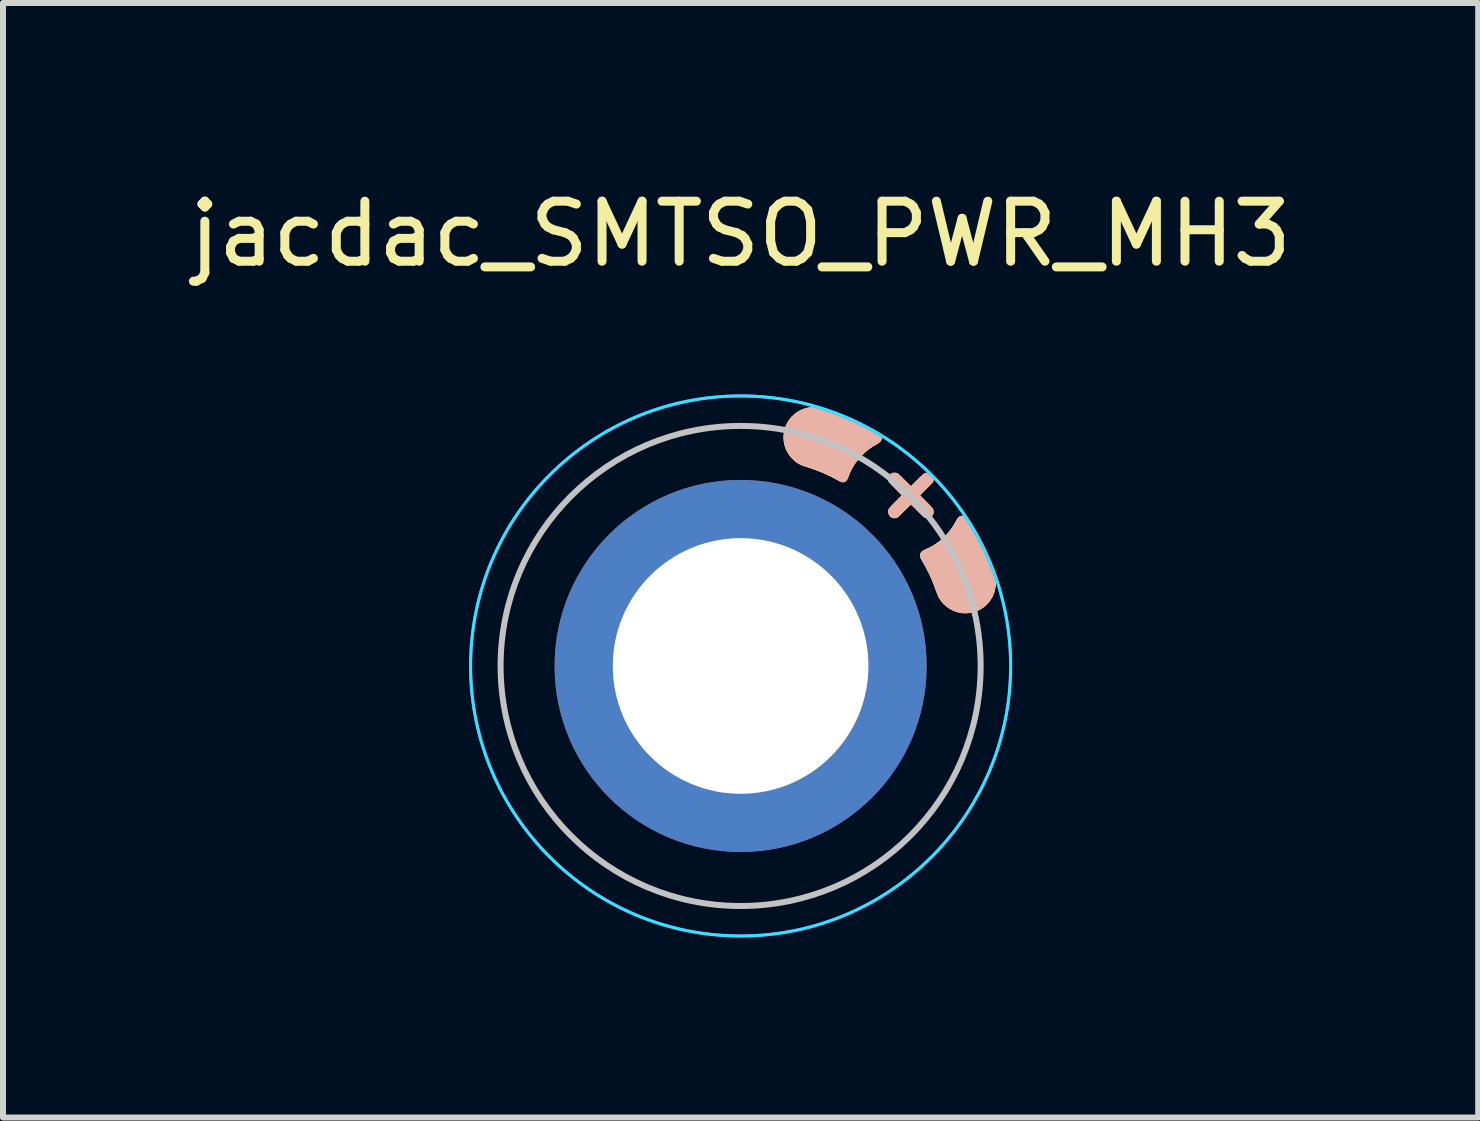
<source format=kicad_pcb>
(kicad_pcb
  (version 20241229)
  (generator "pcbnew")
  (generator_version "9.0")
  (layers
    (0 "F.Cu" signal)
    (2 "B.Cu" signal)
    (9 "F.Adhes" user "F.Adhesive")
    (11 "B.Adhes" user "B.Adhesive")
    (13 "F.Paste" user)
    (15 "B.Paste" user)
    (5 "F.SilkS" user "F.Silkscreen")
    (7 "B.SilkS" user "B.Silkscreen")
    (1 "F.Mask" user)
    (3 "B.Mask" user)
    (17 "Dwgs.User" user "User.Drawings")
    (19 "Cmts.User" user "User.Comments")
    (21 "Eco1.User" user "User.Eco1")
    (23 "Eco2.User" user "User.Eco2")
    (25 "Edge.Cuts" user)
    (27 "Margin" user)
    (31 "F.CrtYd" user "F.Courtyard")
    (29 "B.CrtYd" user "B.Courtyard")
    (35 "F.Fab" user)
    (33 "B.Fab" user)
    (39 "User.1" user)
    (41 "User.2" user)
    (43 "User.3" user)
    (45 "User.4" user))
  (footprint "jacdac_SMTSO_PWR_MH3"
    (layer "F.Cu")
    (at 9.292 8.048)
    (property "Reference" "jacdac_SMTSO_PWR_MH3" (at 0 -7.2 180) (layer "F.SilkS") (effects (font (size 1 1) (thickness 0.15))))
    (attr through_hole)
    (fp_poly (pts (xy 2.996 -1.855) (xy 3.001 -1.872) (xy 3.009 -1.886) (xy 3.016 -1.897) (xy 3.025 -1.905) (xy 3.036 -1.914) (xy 3.05 -1.922) (xy 3.069 -1.932) (xy 3.094 -1.944) (xy 3.095 -1.944) (xy 3.149 -1.969) (xy 3.198 -1.995) (xy 3.244 -2.024) (xy 3.274 -2.044) (xy 3.343 -2.097) (xy 3.407 -2.156) (xy 3.465 -2.221) (xy 3.519 -2.29) (xy 3.565 -2.363) (xy 3.588 -2.404) (xy 3.605 -2.436) (xy 3.623 -2.46) (xy 3.64 -2.478) (xy 3.658 -2.49) (xy 3.677 -2.496) (xy 3.682 -2.497) (xy 3.7 -2.498) (xy 3.718 -2.494) (xy 3.735 -2.485) (xy 3.752 -2.47) (xy 3.771 -2.449) (xy 3.792 -2.42) (xy 3.792 -2.42) (xy 3.866 -2.308) (xy 3.936 -2.189) (xy 4.003 -2.064) (xy 4.067 -1.935) (xy 4.125 -1.802) (xy 4.179 -1.666) (xy 4.199 -1.61) (xy 4.218 -1.552) (xy 4.232 -1.501) (xy 4.242 -1.454) (xy 4.247 -1.413) (xy 4.248 -1.379) (xy 4.242 -1.314) (xy 4.23 -1.252) (xy 4.21 -1.193) (xy 4.183 -1.137) (xy 4.149 -1.085) (xy 4.109 -1.037) (xy 4.062 -0.994) (xy 4.055 -0.988) (xy 4.006 -0.955) (xy 3.953 -0.927) (xy 3.897 -0.906) (xy 3.838 -0.892) (xy 3.778 -0.884) (xy 3.718 -0.883) (xy 3.659 -0.89) (xy 3.655 -0.891) (xy 3.596 -0.906) (xy 3.54 -0.928) (xy 3.486 -0.957) (xy 3.436 -0.991) (xy 3.39 -1.032) (xy 3.35 -1.077) (xy 3.316 -1.127) (xy 3.304 -1.148) (xy 3.297 -1.161) (xy 3.289 -1.181) (xy 3.28 -1.204) (xy 3.27 -1.229) (xy 3.261 -1.255) (xy 3.26 -1.255) (xy 3.225 -1.351) (xy 3.189 -1.441) (xy 3.15 -1.526) (xy 3.109 -1.608) (xy 3.065 -1.69) (xy 3.039 -1.734) (xy 3.02 -1.767) (xy 3.007 -1.794) (xy 2.999 -1.817) (xy 2.995 -1.837) (xy 2.996 -1.855)) (stroke (width 0.01) (type solid)) (fill yes) (layer "F.SilkS"))
    (fp_poly (pts (xy 0.739 -3.947) (xy 0.759 -4.003) (xy 0.785 -4.056) (xy 0.817 -4.105) (xy 0.854 -4.15) (xy 0.897 -4.191) (xy 0.944 -4.226) (xy 0.996 -4.256) (xy 1.052 -4.28) (xy 1.111 -4.297) (xy 1.174 -4.308) (xy 1.176 -4.308) (xy 1.194 -4.309) (xy 1.213 -4.309) (xy 1.236 -4.308) (xy 1.264 -4.306) (xy 1.275 -4.304) (xy 1.297 -4.302) (xy 1.318 -4.299) (xy 1.339 -4.295) (xy 1.361 -4.29) (xy 1.385 -4.283) (xy 1.412 -4.275) (xy 1.444 -4.265) (xy 1.481 -4.253) (xy 1.523 -4.239) (xy 1.541 -4.233) (xy 1.651 -4.192) (xy 1.763 -4.147) (xy 1.875 -4.096) (xy 1.986 -4.042) (xy 2.094 -3.985) (xy 2.197 -3.925) (xy 2.265 -3.884) (xy 2.291 -3.866) (xy 2.31 -3.851) (xy 2.324 -3.838) (xy 2.334 -3.825) (xy 2.341 -3.812) (xy 2.341 -3.81) (xy 2.345 -3.791) (xy 2.344 -3.774) (xy 2.338 -3.761) (xy 2.325 -3.742) (xy 2.305 -3.724) (xy 2.278 -3.706) (xy 2.272 -3.704) (xy 2.194 -3.658) (xy 2.121 -3.606) (xy 2.053 -3.548) (xy 1.991 -3.486) (xy 1.935 -3.419) (xy 1.885 -3.347) (xy 1.854 -3.293) (xy 1.838 -3.263) (xy 1.824 -3.233) (xy 1.809 -3.201) (xy 1.795 -3.164) (xy 1.782 -3.133) (xy 1.775 -3.115) (xy 1.768 -3.103) (xy 1.761 -3.093) (xy 1.752 -3.085) (xy 1.735 -3.074) (xy 1.718 -3.067) (xy 1.7 -3.066) (xy 1.679 -3.071) (xy 1.654 -3.081) (xy 1.633 -3.093) (xy 1.518 -3.155) (xy 1.399 -3.211) (xy 1.275 -3.261) (xy 1.146 -3.307) (xy 1.116 -3.316) (xy 1.082 -3.327) (xy 1.054 -3.336) (xy 1.031 -3.344) (xy 1.012 -3.353) (xy 0.994 -3.361) (xy 0.976 -3.371) (xy 0.963 -3.378) (xy 0.913 -3.412) (xy 0.868 -3.453) (xy 0.828 -3.498) (xy 0.794 -3.547) (xy 0.765 -3.601) (xy 0.743 -3.657) (xy 0.728 -3.715) (xy 0.722 -3.763) (xy 0.72 -3.826) (xy 0.726 -3.888) (xy 0.739 -3.947)) (stroke (width 0.01) (type solid)) (fill yes) (layer "F.SilkS"))
    (fp_poly (pts (xy 2.465 -2.58) (xy 2.466 -2.59) (xy 2.468 -2.6) (xy 2.472 -2.61) (xy 2.478 -2.62) (xy 2.487 -2.632) (xy 2.499 -2.646) (xy 2.515 -2.663) (xy 2.534 -2.684) (xy 2.559 -2.709) (xy 2.587 -2.737) (xy 2.693 -2.843) (xy 2.585 -2.952) (xy 2.553 -2.984) (xy 2.526 -3.012) (xy 2.505 -3.034) (xy 2.489 -3.052) (xy 2.478 -3.065) (xy 2.472 -3.073) (xy 2.471 -3.075) (xy 2.465 -3.099) (xy 2.465 -3.125) (xy 2.471 -3.151) (xy 2.482 -3.174) (xy 2.492 -3.186) (xy 2.512 -3.202) (xy 2.536 -3.212) (xy 2.563 -3.216) (xy 2.59 -3.213) (xy 2.6 -3.21) (xy 2.606 -3.208) (xy 2.612 -3.205) (xy 2.619 -3.201) (xy 2.627 -3.195) (xy 2.637 -3.186) (xy 2.65 -3.174) (xy 2.666 -3.159) (xy 2.686 -3.14) (xy 2.71 -3.116) (xy 2.73 -3.096) (xy 2.838 -2.989) (xy 2.944 -3.094) (xy 2.973 -3.122) (xy 2.998 -3.147) (xy 3.021 -3.168) (xy 3.039 -3.185) (xy 3.054 -3.198) (xy 3.063 -3.205) (xy 3.066 -3.207) (xy 3.084 -3.212) (xy 3.106 -3.215) (xy 3.129 -3.214) (xy 3.149 -3.209) (xy 3.158 -3.206) (xy 3.177 -3.192) (xy 3.194 -3.174) (xy 3.205 -3.154) (xy 3.209 -3.138) (xy 3.211 -3.118) (xy 3.21 -3.098) (xy 3.207 -3.08) (xy 3.205 -3.074) (xy 3.2 -3.067) (xy 3.189 -3.054) (xy 3.173 -3.036) (xy 3.151 -3.013) (xy 3.124 -2.985) (xy 3.091 -2.952) (xy 3.091 -2.952) (xy 2.983 -2.843) (xy 3.089 -2.737) (xy 3.12 -2.706) (xy 3.145 -2.68) (xy 3.166 -2.658) (xy 3.181 -2.641) (xy 3.193 -2.628) (xy 3.2 -2.618) (xy 3.203 -2.613) (xy 3.21 -2.589) (xy 3.211 -2.562) (xy 3.206 -2.536) (xy 3.201 -2.523) (xy 3.185 -2.499) (xy 3.164 -2.482) (xy 3.142 -2.472) (xy 3.124 -2.468) (xy 3.109 -2.467) (xy 3.093 -2.469) (xy 3.08 -2.473) (xy 3.074 -2.475) (xy 3.068 -2.477) (xy 3.062 -2.481) (xy 3.055 -2.486) (xy 3.046 -2.494) (xy 3.034 -2.504) (xy 3.02 -2.518) (xy 3.002 -2.535) (xy 2.979 -2.557) (xy 2.952 -2.585) (xy 2.948 -2.589) (xy 2.838 -2.698) (xy 2.728 -2.589) (xy 2.7 -2.561) (xy 2.677 -2.538) (xy 2.658 -2.52) (xy 2.643 -2.506) (xy 2.631 -2.495) (xy 2.622 -2.487) (xy 2.615 -2.481) (xy 2.608 -2.477) (xy 2.603 -2.475) (xy 2.597 -2.473) (xy 2.596 -2.473) (xy 2.577 -2.468) (xy 2.562 -2.467) (xy 2.547 -2.469) (xy 2.534 -2.472) (xy 2.509 -2.483) (xy 2.489 -2.501) (xy 2.475 -2.523) (xy 2.467 -2.548) (xy 2.465 -2.569) (xy 2.465 -2.58)) (stroke (width 0.01) (type solid)) (fill yes) (layer "F.SilkS"))
    (fp_poly (pts (xy 2.996 -1.855) (xy 3.001 -1.872) (xy 3.009 -1.886) (xy 3.016 -1.897) (xy 3.025 -1.905) (xy 3.036 -1.914) (xy 3.05 -1.922) (xy 3.069 -1.932) (xy 3.094 -1.944) (xy 3.095 -1.944) (xy 3.149 -1.969) (xy 3.198 -1.995) (xy 3.244 -2.024) (xy 3.274 -2.044) (xy 3.343 -2.097) (xy 3.407 -2.156) (xy 3.465 -2.221) (xy 3.519 -2.29) (xy 3.565 -2.363) (xy 3.588 -2.404) (xy 3.605 -2.436) (xy 3.623 -2.46) (xy 3.64 -2.478) (xy 3.658 -2.49) (xy 3.677 -2.496) (xy 3.682 -2.497) (xy 3.7 -2.498) (xy 3.718 -2.494) (xy 3.735 -2.485) (xy 3.752 -2.47) (xy 3.771 -2.449) (xy 3.792 -2.42) (xy 3.792 -2.42) (xy 3.866 -2.308) (xy 3.936 -2.189) (xy 4.003 -2.064) (xy 4.067 -1.935) (xy 4.125 -1.802) (xy 4.179 -1.666) (xy 4.199 -1.61) (xy 4.218 -1.552) (xy 4.232 -1.501) (xy 4.242 -1.454) (xy 4.247 -1.413) (xy 4.248 -1.379) (xy 4.242 -1.314) (xy 4.23 -1.252) (xy 4.21 -1.193) (xy 4.183 -1.137) (xy 4.149 -1.085) (xy 4.109 -1.037) (xy 4.062 -0.994) (xy 4.055 -0.988) (xy 4.006 -0.955) (xy 3.953 -0.927) (xy 3.897 -0.906) (xy 3.838 -0.892) (xy 3.778 -0.884) (xy 3.718 -0.883) (xy 3.659 -0.89) (xy 3.655 -0.891) (xy 3.596 -0.906) (xy 3.54 -0.928) (xy 3.486 -0.957) (xy 3.436 -0.991) (xy 3.39 -1.032) (xy 3.35 -1.077) (xy 3.316 -1.127) (xy 3.304 -1.148) (xy 3.297 -1.161) (xy 3.289 -1.181) (xy 3.28 -1.204) (xy 3.27 -1.229) (xy 3.261 -1.255) (xy 3.26 -1.255) (xy 3.225 -1.351) (xy 3.189 -1.441) (xy 3.15 -1.526) (xy 3.109 -1.608) (xy 3.065 -1.69) (xy 3.039 -1.734) (xy 3.02 -1.767) (xy 3.007 -1.794) (xy 2.999 -1.817) (xy 2.995 -1.837) (xy 2.996 -1.855)) (stroke (width 0.01) (type solid)) (fill yes) (layer "B.SilkS"))
    (fp_poly (pts (xy 0.739 -3.947) (xy 0.759 -4.003) (xy 0.785 -4.056) (xy 0.817 -4.105) (xy 0.854 -4.15) (xy 0.897 -4.191) (xy 0.944 -4.226) (xy 0.996 -4.256) (xy 1.052 -4.28) (xy 1.111 -4.297) (xy 1.174 -4.308) (xy 1.176 -4.308) (xy 1.194 -4.309) (xy 1.213 -4.309) (xy 1.236 -4.308) (xy 1.264 -4.306) (xy 1.275 -4.304) (xy 1.297 -4.302) (xy 1.318 -4.299) (xy 1.339 -4.295) (xy 1.361 -4.29) (xy 1.385 -4.283) (xy 1.412 -4.275) (xy 1.444 -4.265) (xy 1.481 -4.253) (xy 1.523 -4.239) (xy 1.541 -4.233) (xy 1.651 -4.192) (xy 1.763 -4.147) (xy 1.875 -4.096) (xy 1.986 -4.042) (xy 2.094 -3.985) (xy 2.197 -3.925) (xy 2.265 -3.884) (xy 2.291 -3.866) (xy 2.31 -3.851) (xy 2.324 -3.838) (xy 2.334 -3.825) (xy 2.341 -3.812) (xy 2.341 -3.81) (xy 2.345 -3.791) (xy 2.344 -3.774) (xy 2.338 -3.761) (xy 2.325 -3.742) (xy 2.305 -3.724) (xy 2.278 -3.706) (xy 2.272 -3.704) (xy 2.194 -3.658) (xy 2.121 -3.606) (xy 2.053 -3.548) (xy 1.991 -3.486) (xy 1.935 -3.419) (xy 1.885 -3.347) (xy 1.854 -3.293) (xy 1.838 -3.263) (xy 1.824 -3.233) (xy 1.809 -3.201) (xy 1.795 -3.164) (xy 1.782 -3.133) (xy 1.775 -3.115) (xy 1.768 -3.103) (xy 1.761 -3.093) (xy 1.752 -3.085) (xy 1.735 -3.074) (xy 1.718 -3.067) (xy 1.7 -3.066) (xy 1.679 -3.071) (xy 1.654 -3.081) (xy 1.633 -3.093) (xy 1.518 -3.155) (xy 1.399 -3.211) (xy 1.275 -3.261) (xy 1.146 -3.307) (xy 1.116 -3.316) (xy 1.082 -3.327) (xy 1.054 -3.336) (xy 1.031 -3.344) (xy 1.012 -3.353) (xy 0.994 -3.361) (xy 0.976 -3.371) (xy 0.963 -3.378) (xy 0.913 -3.412) (xy 0.868 -3.453) (xy 0.828 -3.498) (xy 0.794 -3.547) (xy 0.765 -3.601) (xy 0.743 -3.657) (xy 0.728 -3.715) (xy 0.722 -3.763) (xy 0.72 -3.826) (xy 0.726 -3.888) (xy 0.739 -3.947)) (stroke (width 0.01) (type solid)) (fill yes) (layer "B.SilkS"))
    (fp_poly (pts (xy 2.465 -2.58) (xy 2.466 -2.59) (xy 2.468 -2.6) (xy 2.472 -2.61) (xy 2.478 -2.62) (xy 2.487 -2.632) (xy 2.499 -2.646) (xy 2.515 -2.663) (xy 2.534 -2.684) (xy 2.559 -2.709) (xy 2.587 -2.737) (xy 2.693 -2.843) (xy 2.585 -2.952) (xy 2.553 -2.984) (xy 2.526 -3.012) (xy 2.505 -3.034) (xy 2.489 -3.052) (xy 2.478 -3.065) (xy 2.472 -3.073) (xy 2.471 -3.075) (xy 2.465 -3.099) (xy 2.465 -3.125) (xy 2.471 -3.151) (xy 2.482 -3.174) (xy 2.492 -3.186) (xy 2.512 -3.202) (xy 2.536 -3.212) (xy 2.563 -3.216) (xy 2.59 -3.213) (xy 2.6 -3.21) (xy 2.606 -3.208) (xy 2.612 -3.205) (xy 2.619 -3.201) (xy 2.627 -3.195) (xy 2.637 -3.186) (xy 2.65 -3.174) (xy 2.666 -3.159) (xy 2.686 -3.14) (xy 2.71 -3.116) (xy 2.73 -3.096) (xy 2.838 -2.989) (xy 2.944 -3.094) (xy 2.973 -3.122) (xy 2.998 -3.147) (xy 3.021 -3.168) (xy 3.039 -3.185) (xy 3.054 -3.198) (xy 3.063 -3.205) (xy 3.066 -3.207) (xy 3.084 -3.212) (xy 3.106 -3.215) (xy 3.129 -3.214) (xy 3.149 -3.209) (xy 3.158 -3.206) (xy 3.177 -3.192) (xy 3.194 -3.174) (xy 3.205 -3.154) (xy 3.209 -3.138) (xy 3.211 -3.118) (xy 3.21 -3.098) (xy 3.207 -3.08) (xy 3.205 -3.074) (xy 3.2 -3.067) (xy 3.189 -3.054) (xy 3.173 -3.036) (xy 3.151 -3.013) (xy 3.124 -2.985) (xy 3.091 -2.952) (xy 3.091 -2.952) (xy 2.983 -2.843) (xy 3.089 -2.737) (xy 3.12 -2.706) (xy 3.145 -2.68) (xy 3.166 -2.658) (xy 3.181 -2.641) (xy 3.193 -2.628) (xy 3.2 -2.618) (xy 3.203 -2.613) (xy 3.21 -2.589) (xy 3.211 -2.562) (xy 3.206 -2.536) (xy 3.201 -2.523) (xy 3.185 -2.499) (xy 3.164 -2.482) (xy 3.142 -2.472) (xy 3.124 -2.468) (xy 3.109 -2.467) (xy 3.093 -2.469) (xy 3.08 -2.473) (xy 3.074 -2.475) (xy 3.068 -2.477) (xy 3.062 -2.481) (xy 3.055 -2.486) (xy 3.046 -2.494) (xy 3.034 -2.504) (xy 3.02 -2.518) (xy 3.002 -2.535) (xy 2.979 -2.557) (xy 2.952 -2.585) (xy 2.948 -2.589) (xy 2.838 -2.698) (xy 2.728 -2.589) (xy 2.7 -2.561) (xy 2.677 -2.538) (xy 2.658 -2.52) (xy 2.643 -2.506) (xy 2.631 -2.495) (xy 2.622 -2.487) (xy 2.615 -2.481) (xy 2.608 -2.477) (xy 2.603 -2.475) (xy 2.597 -2.473) (xy 2.596 -2.473) (xy 2.577 -2.468) (xy 2.562 -2.467) (xy 2.547 -2.469) (xy 2.534 -2.472) (xy 2.509 -2.483) (xy 2.489 -2.501) (xy 2.475 -2.523) (xy 2.467 -2.548) (xy 2.465 -2.569) (xy 2.465 -2.58)) (stroke (width 0.01) (type solid)) (fill yes) (layer "B.SilkS"))
    (fp_circle (center 0 0) (end 0 -4) (stroke (width 0.1) (type default)) (fill no) (layer "Dwgs.User"))
    (fp_circle (center 0 0) (end 0 -4.5) (stroke (width 0.05) (type default)) (fill no) (layer "B.CrtYd"))
    (fp_circle (center 0 0) (end 0 -4.5) (stroke (width 0.05) (type default)) (fill no) (layer "F.CrtYd"))
    (pad "1" thru_hole circle (at 0 0 16) (size 6.2 6.2) (drill 4.26) (layers "*.Cu" "*.Mask"))
    (zone (net_name "") (layers "F.Cu" "B.Cu") (hatch edge 0.5) (connect_pads) (min_thickness 0.25) (filled_areas_thickness no) (keepout (tracks allowed) (vias allowed) (pads allowed) (copperpour not_allowed) (footprints allowed)) (placement (enabled no)) (fill) (polygon (pts (xy 13.287 7.852) (xy 13.248 7.461) (xy 13.172 7.076) (xy 13.058 6.701) (xy 12.908 6.338) (xy 12.723 5.992) (xy 12.504 5.665) (xy 12.255 5.362) (xy 11.978 5.084) (xy 11.674 4.835) (xy 11.348 4.617) (xy 11.002 4.432) (xy 10.639 4.282) (xy 10.264 4.168) (xy 9.879 4.092) (xy 9.488 4.053) (xy 9.095 4.053) (xy 8.705 4.092) (xy 8.32 4.168) (xy 7.944 4.282) (xy 7.581 4.432) (xy 7.235 4.617) (xy 6.909 4.835) (xy 6.605 5.084) (xy 6.328 5.362) (xy 6.079 5.665) (xy 5.861 5.992) (xy 5.676 6.338) (xy 5.525 6.701) (xy 5.412 7.076) (xy 5.335 7.461) (xy 5.296 7.852) (xy 5.296 8.245) (xy 5.335 8.635) (xy 5.412 9.02) (xy 5.525 9.396) (xy 5.676 9.758) (xy 5.861 10.105) (xy 6.079 10.431) (xy 6.328 10.734) (xy 6.605 11.012) (xy 6.909 11.261) (xy 7.235 11.479) (xy 7.581 11.664) (xy 7.944 11.814) (xy 8.32 11.928) (xy 8.705 12.005) (xy 9.095 12.043) (xy 9.488 12.043) (xy 9.879 12.005) (xy 10.264 11.928) (xy 10.639 11.814) (xy 11.002 11.664) (xy 11.348 11.479) (xy 11.674 11.261) (xy 11.978 11.012) (xy 12.255 10.734) (xy 12.504 10.431) (xy 12.723 10.105) (xy 12.908 9.758) (xy 13.058 9.396) (xy 13.172 9.02) (xy 13.248 8.635) (xy 13.287 8.245)))))
  (gr_rect
    (start -3 -3)
    (end 21.583 15.573)
    (stroke (width 0.1) (type default))
    (fill no)
    (layer "Edge.Cuts")))
</source>
